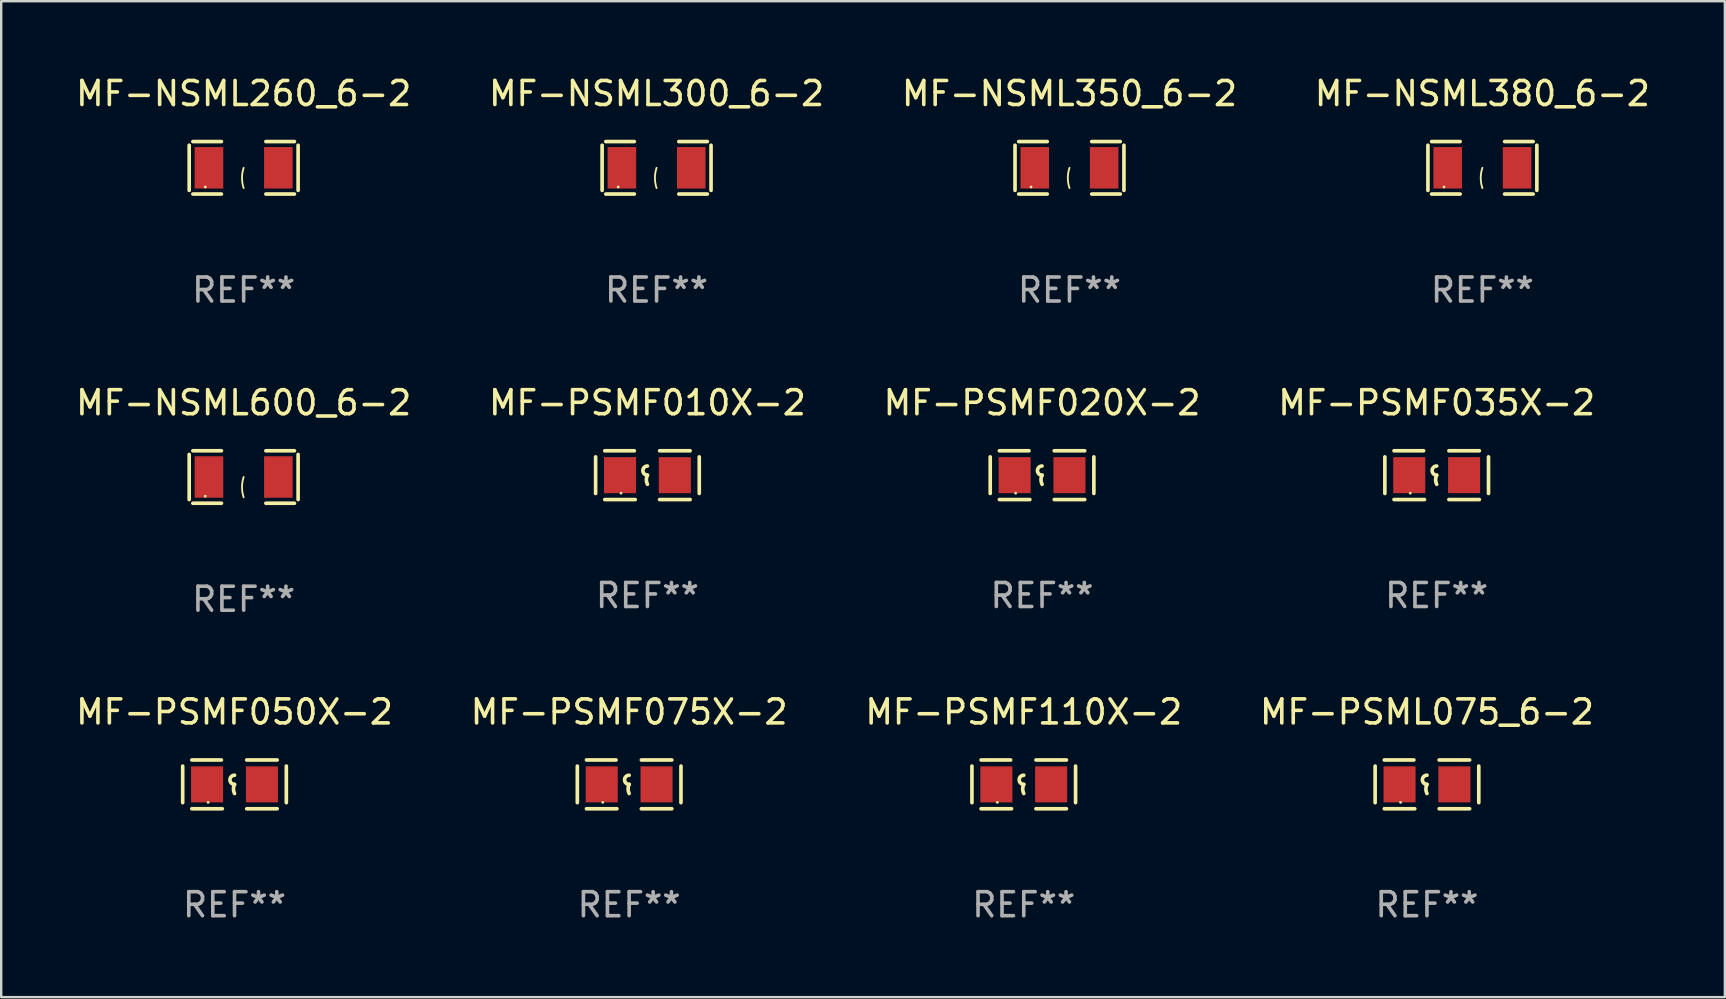
<source format=kicad_pcb>
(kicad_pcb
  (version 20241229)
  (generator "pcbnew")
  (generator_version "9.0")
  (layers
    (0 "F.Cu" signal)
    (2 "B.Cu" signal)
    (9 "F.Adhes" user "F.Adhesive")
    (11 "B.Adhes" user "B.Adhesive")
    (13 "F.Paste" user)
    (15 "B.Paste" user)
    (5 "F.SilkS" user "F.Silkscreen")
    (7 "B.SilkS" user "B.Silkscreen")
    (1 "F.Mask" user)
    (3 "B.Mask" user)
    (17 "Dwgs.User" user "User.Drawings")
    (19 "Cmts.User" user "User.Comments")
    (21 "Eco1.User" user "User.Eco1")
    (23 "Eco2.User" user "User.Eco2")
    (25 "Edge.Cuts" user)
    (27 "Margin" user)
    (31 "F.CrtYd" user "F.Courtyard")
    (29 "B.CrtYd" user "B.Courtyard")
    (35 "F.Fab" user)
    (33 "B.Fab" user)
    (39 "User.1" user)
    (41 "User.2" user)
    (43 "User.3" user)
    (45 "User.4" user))
  (footprint "MF-PSMF075X-2"
    (layer "F.Cu")
    (at 23.161 29.628)
    (property "Reference" "MF-PSMF075X-2" (at 0 -3.016 0) (layer "F.SilkS") (effects (font (size 1 1) (thickness 0.15))))
    (attr through_hole)
    (fp_line (start -2.159 -0.762) (end -2.159 0.762) (stroke (width 0.152) (type solid)) (layer "F.SilkS"))
    (fp_line (start -1.778 -1.016) (end -0.545 -1.016) (stroke (width 0.152) (type solid)) (layer "F.SilkS"))
    (fp_line (start -0.508 1.016) (end -1.778 1.016) (stroke (width 0.152) (type solid)) (layer "F.SilkS"))
    (fp_line (start 0.508 1.016) (end 1.778 1.016) (stroke (width 0.152) (type solid)) (layer "F.SilkS"))
    (fp_line (start 1.778 -1.016) (end 0.508 -1.016) (stroke (width 0.152) (type solid)) (layer "F.SilkS"))
    (fp_line (start 2.159 -0.762) (end 2.159 0.762) (stroke (width 0.152) (type solid)) (layer "F.SilkS"))
    (fp_arc (start 0 0) (mid -0.1905 -0.1905) (end 0 -0.381) (stroke (width 0.151994) (type solid)) (layer "F.SilkS"))
    (fp_arc (start 0 0.381001) (mid -0.044971 0.1905) (end 0 0) (stroke (width 0.151994) (type solid)) (layer "F.SilkS"))
    (fp_circle (center -1.1 0.75) (end -1.07 0.75) (stroke (width 0.06) (type solid)) (fill no) (layer "F.SilkS"))
    (fp_text user "REF**" (at 0 5.016 0) (layer "F.Fab") (effects (font (size 1 1) (thickness 0.15))))
    (pad "1" smd rect (at -1.142 0) (size 1.335 1.5) (layers "F.Cu" "F.Mask" "F.Paste"))
    (pad "2" smd rect (at 1.142 0) (size 1.335 1.5) (layers "F.Cu" "F.Mask" "F.Paste")))
  (footprint "MF-PSMF010X-2"
    (layer "F.Cu")
    (at 23.923 16.746)
    (property "Reference" "MF-PSMF010X-2" (at 0 -3.016 0) (layer "F.SilkS") (effects (font (size 1 1) (thickness 0.15))))
    (attr through_hole)
    (fp_line (start -2.159 -0.762) (end -2.159 0.762) (stroke (width 0.152) (type solid)) (layer "F.SilkS"))
    (fp_line (start -1.778 -1.016) (end -0.545 -1.016) (stroke (width 0.152) (type solid)) (layer "F.SilkS"))
    (fp_line (start -0.508 1.016) (end -1.778 1.016) (stroke (width 0.152) (type solid)) (layer "F.SilkS"))
    (fp_line (start 0.508 1.016) (end 1.778 1.016) (stroke (width 0.152) (type solid)) (layer "F.SilkS"))
    (fp_line (start 1.778 -1.016) (end 0.508 -1.016) (stroke (width 0.152) (type solid)) (layer "F.SilkS"))
    (fp_line (start 2.159 -0.762) (end 2.159 0.762) (stroke (width 0.152) (type solid)) (layer "F.SilkS"))
    (fp_arc (start 0 0) (mid -0.1905 -0.1905) (end 0 -0.381) (stroke (width 0.151994) (type solid)) (layer "F.SilkS"))
    (fp_arc (start 0 0.381001) (mid -0.044971 0.1905) (end 0 0) (stroke (width 0.151994) (type solid)) (layer "F.SilkS"))
    (fp_circle (center -1.1 0.75) (end -1.07 0.75) (stroke (width 0.06) (type solid)) (fill no) (layer "F.SilkS"))
    (fp_text user "REF**" (at 0 5.016 0) (layer "F.Fab") (effects (font (size 1 1) (thickness 0.15))))
    (pad "1" smd rect (at -1.142 0) (size 1.335 1.5) (layers "F.Cu" "F.Mask" "F.Paste"))
    (pad "2" smd rect (at 1.142 0) (size 1.335 1.5) (layers "F.Cu" "F.Mask" "F.Paste")))
  (footprint "MF-PSMF020X-2"
    (layer "F.Cu")
    (at 40.363 16.746)
    (property "Reference" "MF-PSMF020X-2" (at 0 -3.016 0) (layer "F.SilkS") (effects (font (size 1 1) (thickness 0.15))))
    (attr through_hole)
    (fp_line (start -2.159 -0.762) (end -2.159 0.762) (stroke (width 0.152) (type solid)) (layer "F.SilkS"))
    (fp_line (start -1.778 -1.016) (end -0.545 -1.016) (stroke (width 0.152) (type solid)) (layer "F.SilkS"))
    (fp_line (start -0.508 1.016) (end -1.778 1.016) (stroke (width 0.152) (type solid)) (layer "F.SilkS"))
    (fp_line (start 0.508 1.016) (end 1.778 1.016) (stroke (width 0.152) (type solid)) (layer "F.SilkS"))
    (fp_line (start 1.778 -1.016) (end 0.508 -1.016) (stroke (width 0.152) (type solid)) (layer "F.SilkS"))
    (fp_line (start 2.159 -0.762) (end 2.159 0.762) (stroke (width 0.152) (type solid)) (layer "F.SilkS"))
    (fp_arc (start 0 0) (mid -0.1905 -0.1905) (end 0 -0.381) (stroke (width 0.151994) (type solid)) (layer "F.SilkS"))
    (fp_arc (start 0 0.381001) (mid -0.044971 0.1905) (end 0 0) (stroke (width 0.151994) (type solid)) (layer "F.SilkS"))
    (fp_circle (center -1.1 0.75) (end -1.07 0.75) (stroke (width 0.06) (type solid)) (fill no) (layer "F.SilkS"))
    (fp_text user "REF**" (at 0 5.016 0) (layer "F.Fab") (effects (font (size 1 1) (thickness 0.15))))
    (pad "1" smd rect (at -1.142 0) (size 1.335 1.5) (layers "F.Cu" "F.Mask" "F.Paste"))
    (pad "2" smd rect (at 1.142 0) (size 1.335 1.5) (layers "F.Cu" "F.Mask" "F.Paste")))
  (footprint "MF-NSML600_6-2"
    (layer "F.Cu")
    (at 7.101 16.823)
    (property "Reference" "MF-NSML600_6-2" (at 0 -3.093 0) (layer "F.SilkS") (effects (font (size 1 1) (thickness 0.15))))
    (attr through_hole)
    (fp_line (start -2.269 -0.94) (end -2.269 0.94) (stroke (width 0.152) (type solid)) (layer "F.SilkS"))
    (fp_line (start -2.116 1.093) (end -0.926 1.093) (stroke (width 0.152) (type solid)) (layer "F.SilkS"))
    (fp_line (start -0.926 -1.093) (end -2.116 -1.093) (stroke (width 0.152) (type solid)) (layer "F.SilkS"))
    (fp_line (start 0.926 -1.093) (end 2.116 -1.093) (stroke (width 0.152) (type solid)) (layer "F.SilkS"))
    (fp_line (start 2.116 1.093) (end 0.926 1.093) (stroke (width 0.152) (type solid)) (layer "F.SilkS"))
    (fp_line (start 2.269 -0.94) (end 2.269 0.94) (stroke (width 0.152) (type solid)) (layer "F.SilkS"))
    (fp_arc (start 0 0.844951) (mid -0.068559 0.422475) (end 0 0) (stroke (width 0.0762) (type solid)) (layer "F.SilkS"))
    (fp_circle (center -1.6 0.8) (end -1.57 0.8) (stroke (width 0.06) (type solid)) (fill no) (layer "F.SilkS"))
    (fp_text user "REF**" (at 0 5.093 0) (layer "F.Fab") (effects (font (size 1 1) (thickness 0.15))))
    (pad "1" smd rect (at -1.445 0) (size 1.19 1.728) (layers "F.Cu" "F.Mask" "F.Paste"))
    (pad "2" smd rect (at 1.445 0) (size 1.19 1.728) (layers "F.Cu" "F.Mask" "F.Paste")))
  (footprint "MF-NSML300_6-2"
    (layer "F.Cu")
    (at 24.304 3.941)
    (property "Reference" "MF-NSML300_6-2" (at 0 -3.093 0) (layer "F.SilkS") (effects (font (size 1 1) (thickness 0.15))))
    (attr through_hole)
    (fp_line (start -2.269 -0.94) (end -2.269 0.94) (stroke (width 0.152) (type solid)) (layer "F.SilkS"))
    (fp_line (start -2.116 1.093) (end -0.926 1.093) (stroke (width 0.152) (type solid)) (layer "F.SilkS"))
    (fp_line (start -0.926 -1.093) (end -2.116 -1.093) (stroke (width 0.152) (type solid)) (layer "F.SilkS"))
    (fp_line (start 0.926 -1.093) (end 2.116 -1.093) (stroke (width 0.152) (type solid)) (layer "F.SilkS"))
    (fp_line (start 2.116 1.093) (end 0.926 1.093) (stroke (width 0.152) (type solid)) (layer "F.SilkS"))
    (fp_line (start 2.269 -0.94) (end 2.269 0.94) (stroke (width 0.152) (type solid)) (layer "F.SilkS"))
    (fp_arc (start 0 0.844951) (mid -0.068559 0.422475) (end 0 0) (stroke (width 0.0762) (type solid)) (layer "F.SilkS"))
    (fp_circle (center -1.6 0.8) (end -1.57 0.8) (stroke (width 0.06) (type solid)) (fill no) (layer "F.SilkS"))
    (fp_text user "REF**" (at 0 5.093 0) (layer "F.Fab") (effects (font (size 1 1) (thickness 0.15))))
    (pad "1" smd rect (at -1.445 0) (size 1.19 1.728) (layers "F.Cu" "F.Mask" "F.Paste"))
    (pad "2" smd rect (at 1.445 0) (size 1.19 1.728) (layers "F.Cu" "F.Mask" "F.Paste")))
  (footprint "MF-NSML260_6-2"
    (layer "F.Cu")
    (at 7.101 3.941)
    (property "Reference" "MF-NSML260_6-2" (at 0 -3.093 0) (layer "F.SilkS") (effects (font (size 1 1) (thickness 0.15))))
    (attr through_hole)
    (fp_line (start -2.269 -0.94) (end -2.269 0.94) (stroke (width 0.152) (type solid)) (layer "F.SilkS"))
    (fp_line (start -2.116 1.093) (end -0.926 1.093) (stroke (width 0.152) (type solid)) (layer "F.SilkS"))
    (fp_line (start -0.926 -1.093) (end -2.116 -1.093) (stroke (width 0.152) (type solid)) (layer "F.SilkS"))
    (fp_line (start 0.926 -1.093) (end 2.116 -1.093) (stroke (width 0.152) (type solid)) (layer "F.SilkS"))
    (fp_line (start 2.116 1.093) (end 0.926 1.093) (stroke (width 0.152) (type solid)) (layer "F.SilkS"))
    (fp_line (start 2.269 -0.94) (end 2.269 0.94) (stroke (width 0.152) (type solid)) (layer "F.SilkS"))
    (fp_arc (start 0 0.844951) (mid -0.068559 0.422475) (end 0 0) (stroke (width 0.0762) (type solid)) (layer "F.SilkS"))
    (fp_circle (center -1.6 0.8) (end -1.57 0.8) (stroke (width 0.06) (type solid)) (fill no) (layer "F.SilkS"))
    (fp_text user "REF**" (at 0 5.093 0) (layer "F.Fab") (effects (font (size 1 1) (thickness 0.15))))
    (pad "1" smd rect (at -1.445 0) (size 1.19 1.728) (layers "F.Cu" "F.Mask" "F.Paste"))
    (pad "2" smd rect (at 1.445 0) (size 1.19 1.728) (layers "F.Cu" "F.Mask" "F.Paste")))
  (footprint "MF-NSML380_6-2"
    (layer "F.Cu")
    (at 58.708 3.941)
    (property "Reference" "MF-NSML380_6-2" (at 0 -3.093 0) (layer "F.SilkS") (effects (font (size 1 1) (thickness 0.15))))
    (attr through_hole)
    (fp_line (start -2.269 -0.94) (end -2.269 0.94) (stroke (width 0.152) (type solid)) (layer "F.SilkS"))
    (fp_line (start -2.116 1.093) (end -0.926 1.093) (stroke (width 0.152) (type solid)) (layer "F.SilkS"))
    (fp_line (start -0.926 -1.093) (end -2.116 -1.093) (stroke (width 0.152) (type solid)) (layer "F.SilkS"))
    (fp_line (start 0.926 -1.093) (end 2.116 -1.093) (stroke (width 0.152) (type solid)) (layer "F.SilkS"))
    (fp_line (start 2.116 1.093) (end 0.926 1.093) (stroke (width 0.152) (type solid)) (layer "F.SilkS"))
    (fp_line (start 2.269 -0.94) (end 2.269 0.94) (stroke (width 0.152) (type solid)) (layer "F.SilkS"))
    (fp_arc (start 0 0.844951) (mid -0.068559 0.422475) (end 0 0) (stroke (width 0.0762) (type solid)) (layer "F.SilkS"))
    (fp_circle (center -1.6 0.8) (end -1.57 0.8) (stroke (width 0.06) (type solid)) (fill no) (layer "F.SilkS"))
    (fp_text user "REF**" (at 0 5.093 0) (layer "F.Fab") (effects (font (size 1 1) (thickness 0.15))))
    (pad "1" smd rect (at -1.445 0) (size 1.19 1.728) (layers "F.Cu" "F.Mask" "F.Paste"))
    (pad "2" smd rect (at 1.445 0) (size 1.19 1.728) (layers "F.Cu" "F.Mask" "F.Paste")))
  (footprint "MF-PSMF050X-2"
    (layer "F.Cu")
    (at 6.72 29.628)
    (property "Reference" "MF-PSMF050X-2" (at 0 -3.016 0) (layer "F.SilkS") (effects (font (size 1 1) (thickness 0.15))))
    (attr through_hole)
    (fp_line (start -2.159 -0.762) (end -2.159 0.762) (stroke (width 0.152) (type solid)) (layer "F.SilkS"))
    (fp_line (start -1.778 -1.016) (end -0.545 -1.016) (stroke (width 0.152) (type solid)) (layer "F.SilkS"))
    (fp_line (start -0.508 1.016) (end -1.778 1.016) (stroke (width 0.152) (type solid)) (layer "F.SilkS"))
    (fp_line (start 0.508 1.016) (end 1.778 1.016) (stroke (width 0.152) (type solid)) (layer "F.SilkS"))
    (fp_line (start 1.778 -1.016) (end 0.508 -1.016) (stroke (width 0.152) (type solid)) (layer "F.SilkS"))
    (fp_line (start 2.159 -0.762) (end 2.159 0.762) (stroke (width 0.152) (type solid)) (layer "F.SilkS"))
    (fp_arc (start 0 0) (mid -0.1905 -0.1905) (end 0 -0.381) (stroke (width 0.151994) (type solid)) (layer "F.SilkS"))
    (fp_arc (start 0 0.381001) (mid -0.044971 0.1905) (end 0 0) (stroke (width 0.151994) (type solid)) (layer "F.SilkS"))
    (fp_circle (center -1.1 0.75) (end -1.07 0.75) (stroke (width 0.06) (type solid)) (fill no) (layer "F.SilkS"))
    (fp_text user "REF**" (at 0 5.016 0) (layer "F.Fab") (effects (font (size 1 1) (thickness 0.15))))
    (pad "1" smd rect (at -1.142 0) (size 1.335 1.5) (layers "F.Cu" "F.Mask" "F.Paste"))
    (pad "2" smd rect (at 1.142 0) (size 1.335 1.5) (layers "F.Cu" "F.Mask" "F.Paste")))
  (footprint "MF-PSML075_6-2"
    (layer "F.Cu")
    (at 56.399 29.628)
    (property "Reference" "MF-PSML075_6-2" (at 0 -3.016 0) (layer "F.SilkS") (effects (font (size 1 1) (thickness 0.15))))
    (attr through_hole)
    (fp_line (start -2.159 -0.762) (end -2.159 0.762) (stroke (width 0.152) (type solid)) (layer "F.SilkS"))
    (fp_line (start -1.778 -1.016) (end -0.545 -1.016) (stroke (width 0.152) (type solid)) (layer "F.SilkS"))
    (fp_line (start -0.508 1.016) (end -1.778 1.016) (stroke (width 0.152) (type solid)) (layer "F.SilkS"))
    (fp_line (start 0.508 1.016) (end 1.778 1.016) (stroke (width 0.152) (type solid)) (layer "F.SilkS"))
    (fp_line (start 1.778 -1.016) (end 0.508 -1.016) (stroke (width 0.152) (type solid)) (layer "F.SilkS"))
    (fp_line (start 2.159 -0.762) (end 2.159 0.762) (stroke (width 0.152) (type solid)) (layer "F.SilkS"))
    (fp_arc (start 0 0) (mid -0.1905 -0.1905) (end 0 -0.381) (stroke (width 0.151994) (type solid)) (layer "F.SilkS"))
    (fp_arc (start 0 0.381001) (mid -0.044971 0.1905) (end 0 0) (stroke (width 0.151994) (type solid)) (layer "F.SilkS"))
    (fp_circle (center -1.1 0.75) (end -1.07 0.75) (stroke (width 0.06) (type solid)) (fill no) (layer "F.SilkS"))
    (fp_text user "REF**" (at 0 5.016 0) (layer "F.Fab") (effects (font (size 1 1) (thickness 0.15))))
    (pad "1" smd rect (at -1.142 0) (size 1.335 1.5) (layers "F.Cu" "F.Mask" "F.Paste"))
    (pad "2" smd rect (at 1.142 0) (size 1.335 1.5) (layers "F.Cu" "F.Mask" "F.Paste")))
  (footprint "MF-PSMF110X-2"
    (layer "F.Cu")
    (at 39.601 29.628)
    (property "Reference" "MF-PSMF110X-2" (at 0 -3.016 0) (layer "F.SilkS") (effects (font (size 1 1) (thickness 0.15))))
    (attr through_hole)
    (fp_line (start -2.159 -0.762) (end -2.159 0.762) (stroke (width 0.152) (type solid)) (layer "F.SilkS"))
    (fp_line (start -1.778 -1.016) (end -0.545 -1.016) (stroke (width 0.152) (type solid)) (layer "F.SilkS"))
    (fp_line (start -0.508 1.016) (end -1.778 1.016) (stroke (width 0.152) (type solid)) (layer "F.SilkS"))
    (fp_line (start 0.508 1.016) (end 1.778 1.016) (stroke (width 0.152) (type solid)) (layer "F.SilkS"))
    (fp_line (start 1.778 -1.016) (end 0.508 -1.016) (stroke (width 0.152) (type solid)) (layer "F.SilkS"))
    (fp_line (start 2.159 -0.762) (end 2.159 0.762) (stroke (width 0.152) (type solid)) (layer "F.SilkS"))
    (fp_arc (start 0 0) (mid -0.1905 -0.1905) (end 0 -0.381) (stroke (width 0.151994) (type solid)) (layer "F.SilkS"))
    (fp_arc (start 0 0.381001) (mid -0.044971 0.1905) (end 0 0) (stroke (width 0.151994) (type solid)) (layer "F.SilkS"))
    (fp_circle (center -1.1 0.75) (end -1.07 0.75) (stroke (width 0.06) (type solid)) (fill no) (layer "F.SilkS"))
    (fp_text user "REF**" (at 0 5.016 0) (layer "F.Fab") (effects (font (size 1 1) (thickness 0.15))))
    (pad "1" smd rect (at -1.142 0) (size 1.335 1.5) (layers "F.Cu" "F.Mask" "F.Paste"))
    (pad "2" smd rect (at 1.142 0) (size 1.335 1.5) (layers "F.Cu" "F.Mask" "F.Paste")))
  (footprint "MF-NSML350_6-2"
    (layer "F.Cu")
    (at 41.506 3.941)
    (property "Reference" "MF-NSML350_6-2" (at 0 -3.093 0) (layer "F.SilkS") (effects (font (size 1 1) (thickness 0.15))))
    (attr through_hole)
    (fp_line (start -2.269 -0.94) (end -2.269 0.94) (stroke (width 0.152) (type solid)) (layer "F.SilkS"))
    (fp_line (start -2.116 1.093) (end -0.926 1.093) (stroke (width 0.152) (type solid)) (layer "F.SilkS"))
    (fp_line (start -0.926 -1.093) (end -2.116 -1.093) (stroke (width 0.152) (type solid)) (layer "F.SilkS"))
    (fp_line (start 0.926 -1.093) (end 2.116 -1.093) (stroke (width 0.152) (type solid)) (layer "F.SilkS"))
    (fp_line (start 2.116 1.093) (end 0.926 1.093) (stroke (width 0.152) (type solid)) (layer "F.SilkS"))
    (fp_line (start 2.269 -0.94) (end 2.269 0.94) (stroke (width 0.152) (type solid)) (layer "F.SilkS"))
    (fp_arc (start 0 0.844951) (mid -0.068559 0.422475) (end 0 0) (stroke (width 0.0762) (type solid)) (layer "F.SilkS"))
    (fp_circle (center -1.6 0.8) (end -1.57 0.8) (stroke (width 0.06) (type solid)) (fill no) (layer "F.SilkS"))
    (fp_text user "REF**" (at 0 5.093 0) (layer "F.Fab") (effects (font (size 1 1) (thickness 0.15))))
    (pad "1" smd rect (at -1.445 0) (size 1.19 1.728) (layers "F.Cu" "F.Mask" "F.Paste"))
    (pad "2" smd rect (at 1.445 0) (size 1.19 1.728) (layers "F.Cu" "F.Mask" "F.Paste")))
  (footprint "MF-PSMF035X-2"
    (layer "F.Cu")
    (at 56.804 16.746)
    (property "Reference" "MF-PSMF035X-2" (at 0 -3.016 0) (layer "F.SilkS") (effects (font (size 1 1) (thickness 0.15))))
    (attr through_hole)
    (fp_line (start -2.159 -0.762) (end -2.159 0.762) (stroke (width 0.152) (type solid)) (layer "F.SilkS"))
    (fp_line (start -1.778 -1.016) (end -0.545 -1.016) (stroke (width 0.152) (type solid)) (layer "F.SilkS"))
    (fp_line (start -0.508 1.016) (end -1.778 1.016) (stroke (width 0.152) (type solid)) (layer "F.SilkS"))
    (fp_line (start 0.508 1.016) (end 1.778 1.016) (stroke (width 0.152) (type solid)) (layer "F.SilkS"))
    (fp_line (start 1.778 -1.016) (end 0.508 -1.016) (stroke (width 0.152) (type solid)) (layer "F.SilkS"))
    (fp_line (start 2.159 -0.762) (end 2.159 0.762) (stroke (width 0.152) (type solid)) (layer "F.SilkS"))
    (fp_arc (start 0 0) (mid -0.1905 -0.1905) (end 0 -0.381) (stroke (width 0.151994) (type solid)) (layer "F.SilkS"))
    (fp_arc (start 0 0.381001) (mid -0.044971 0.1905) (end 0 0) (stroke (width 0.151994) (type solid)) (layer "F.SilkS"))
    (fp_circle (center -1.1 0.75) (end -1.07 0.75) (stroke (width 0.06) (type solid)) (fill no) (layer "F.SilkS"))
    (fp_text user "REF**" (at 0 5.016 0) (layer "F.Fab") (effects (font (size 1 1) (thickness 0.15))))
    (pad "1" smd rect (at -1.142 0) (size 1.335 1.5) (layers "F.Cu" "F.Mask" "F.Paste"))
    (pad "2" smd rect (at 1.142 0) (size 1.335 1.5) (layers "F.Cu" "F.Mask" "F.Paste")))
  (gr_rect
    (start -3 -3)
    (end 68.81 38.492)
    (stroke (width 0.1) (type default))
    (fill no)
    (layer "Edge.Cuts")))
</source>
